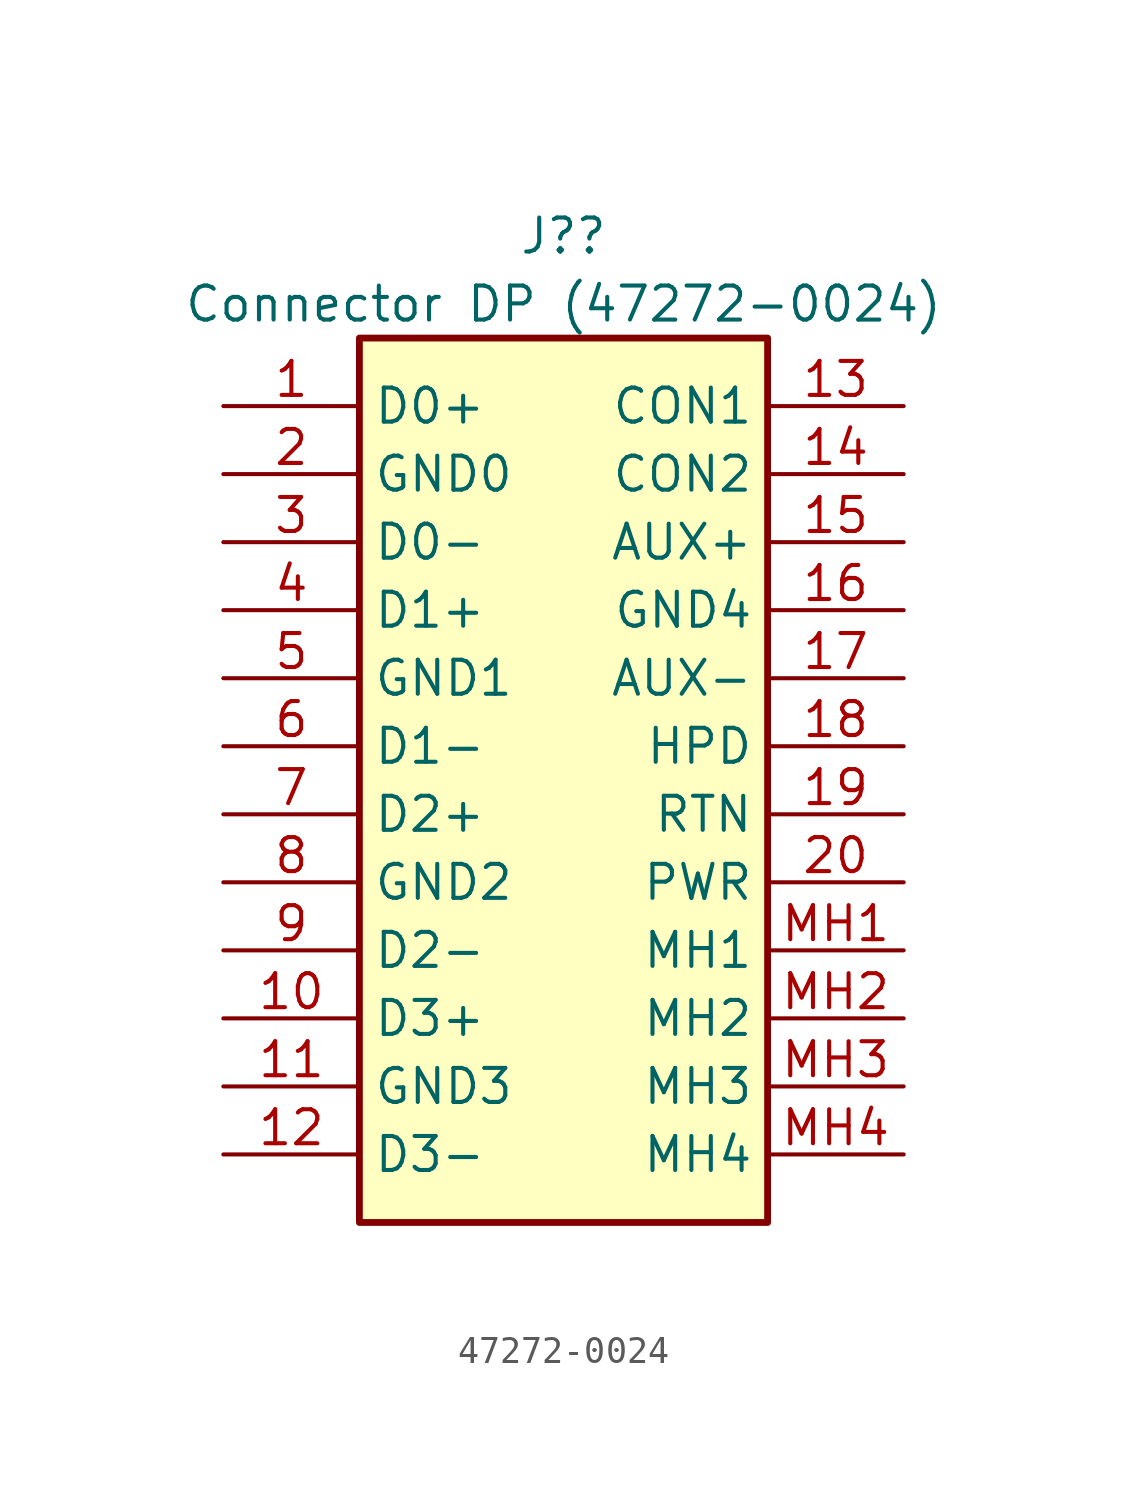
<source format=kicad_sym>
(kicad_symbol_lib
  (version 20220914)
  (generator kicad_symbol_editor)
  (symbol "47272-0024"
    (property "Reference" "J?"
      (at 12.7 6.35 0)
      (effects (font (size 1.27 1.27))))
    (property "Value" "Connector DP (47272-0024)"
      (at 12.7 3.81 0)
      (effects (font (size 1.27 1.27))))
    (symbol "47272-0024_1_1"
      (rectangle (start 5.08 2.54) (end 20.32 -30.48) (stroke (width 0.254) (type default)) (fill (type background)))
      (pin passive line (at 0 0 0) (length 5.08) (name "D0+" (effects (font (size 1.27 1.27)))) (number "1" (effects (font (size 1.27 1.27)))))
      (pin passive line (at 0 -22.86 0) (length 5.08) (name "D3+" (effects (font (size 1.27 1.27)))) (number "10" (effects (font (size 1.27 1.27)))))
      (pin passive line (at 0 -25.4 0) (length 5.08) (name "GND3" (effects (font (size 1.27 1.27)))) (number "11" (effects (font (size 1.27 1.27)))))
      (pin passive line (at 0 -27.94 0) (length 5.08) (name "D3-" (effects (font (size 1.27 1.27)))) (number "12" (effects (font (size 1.27 1.27)))))
      (pin passive line (at 25.4 0 180) (length 5.08) (name "CON1" (effects (font (size 1.27 1.27)))) (number "13" (effects (font (size 1.27 1.27)))))
      (pin passive line (at 25.4 -2.54 180) (length 5.08) (name "CON2" (effects (font (size 1.27 1.27)))) (number "14" (effects (font (size 1.27 1.27)))))
      (pin passive line (at 25.4 -5.08 180) (length 5.08) (name "AUX+" (effects (font (size 1.27 1.27)))) (number "15" (effects (font (size 1.27 1.27)))))
      (pin passive line (at 25.4 -7.62 180) (length 5.08) (name "GND4" (effects (font (size 1.27 1.27)))) (number "16" (effects (font (size 1.27 1.27)))))
      (pin passive line (at 25.4 -10.16 180) (length 5.08) (name "AUX-" (effects (font (size 1.27 1.27)))) (number "17" (effects (font (size 1.27 1.27)))))
      (pin passive line (at 25.4 -12.7 180) (length 5.08) (name "HPD" (effects (font (size 1.27 1.27)))) (number "18" (effects (font (size 1.27 1.27)))))
      (pin passive line (at 25.4 -15.24 180) (length 5.08) (name "RTN" (effects (font (size 1.27 1.27)))) (number "19" (effects (font (size 1.27 1.27)))))
      (pin passive line (at 0 -2.54 0) (length 5.08) (name "GND0" (effects (font (size 1.27 1.27)))) (number "2" (effects (font (size 1.27 1.27)))))
      (pin passive line (at 25.4 -17.78 180) (length 5.08) (name "PWR" (effects (font (size 1.27 1.27)))) (number "20" (effects (font (size 1.27 1.27)))))
      (pin passive line (at 0 -5.08 0) (length 5.08) (name "D0-" (effects (font (size 1.27 1.27)))) (number "3" (effects (font (size 1.27 1.27)))))
      (pin passive line (at 0 -7.62 0) (length 5.08) (name "D1+" (effects (font (size 1.27 1.27)))) (number "4" (effects (font (size 1.27 1.27)))))
      (pin passive line (at 0 -10.16 0) (length 5.08) (name "GND1" (effects (font (size 1.27 1.27)))) (number "5" (effects (font (size 1.27 1.27)))))
      (pin passive line (at 0 -12.7 0) (length 5.08) (name "D1-" (effects (font (size 1.27 1.27)))) (number "6" (effects (font (size 1.27 1.27)))))
      (pin passive line (at 0 -15.24 0) (length 5.08) (name "D2+" (effects (font (size 1.27 1.27)))) (number "7" (effects (font (size 1.27 1.27)))))
      (pin passive line (at 0 -17.78 0) (length 5.08) (name "GND2" (effects (font (size 1.27 1.27)))) (number "8" (effects (font (size 1.27 1.27)))))
      (pin passive line (at 0 -20.32 0) (length 5.08) (name "D2-" (effects (font (size 1.27 1.27)))) (number "9" (effects (font (size 1.27 1.27)))))
      (pin passive line (at 25.4 -20.32 180) (length 5.08) (name "MH1" (effects (font (size 1.27 1.27)))) (number "MH1" (effects (font (size 1.27 1.27)))))
      (pin passive line (at 25.4 -22.86 180) (length 5.08) (name "MH2" (effects (font (size 1.27 1.27)))) (number "MH2" (effects (font (size 1.27 1.27)))))
      (pin passive line (at 25.4 -25.4 180) (length 5.08) (name "MH3" (effects (font (size 1.27 1.27)))) (number "MH3" (effects (font (size 1.27 1.27)))))
      (pin passive line (at 25.4 -27.94 180) (length 5.08) (name "MH4" (effects (font (size 1.27 1.27)))) (number "MH4" (effects (font (size 1.27 1.27))))))))
</source>
